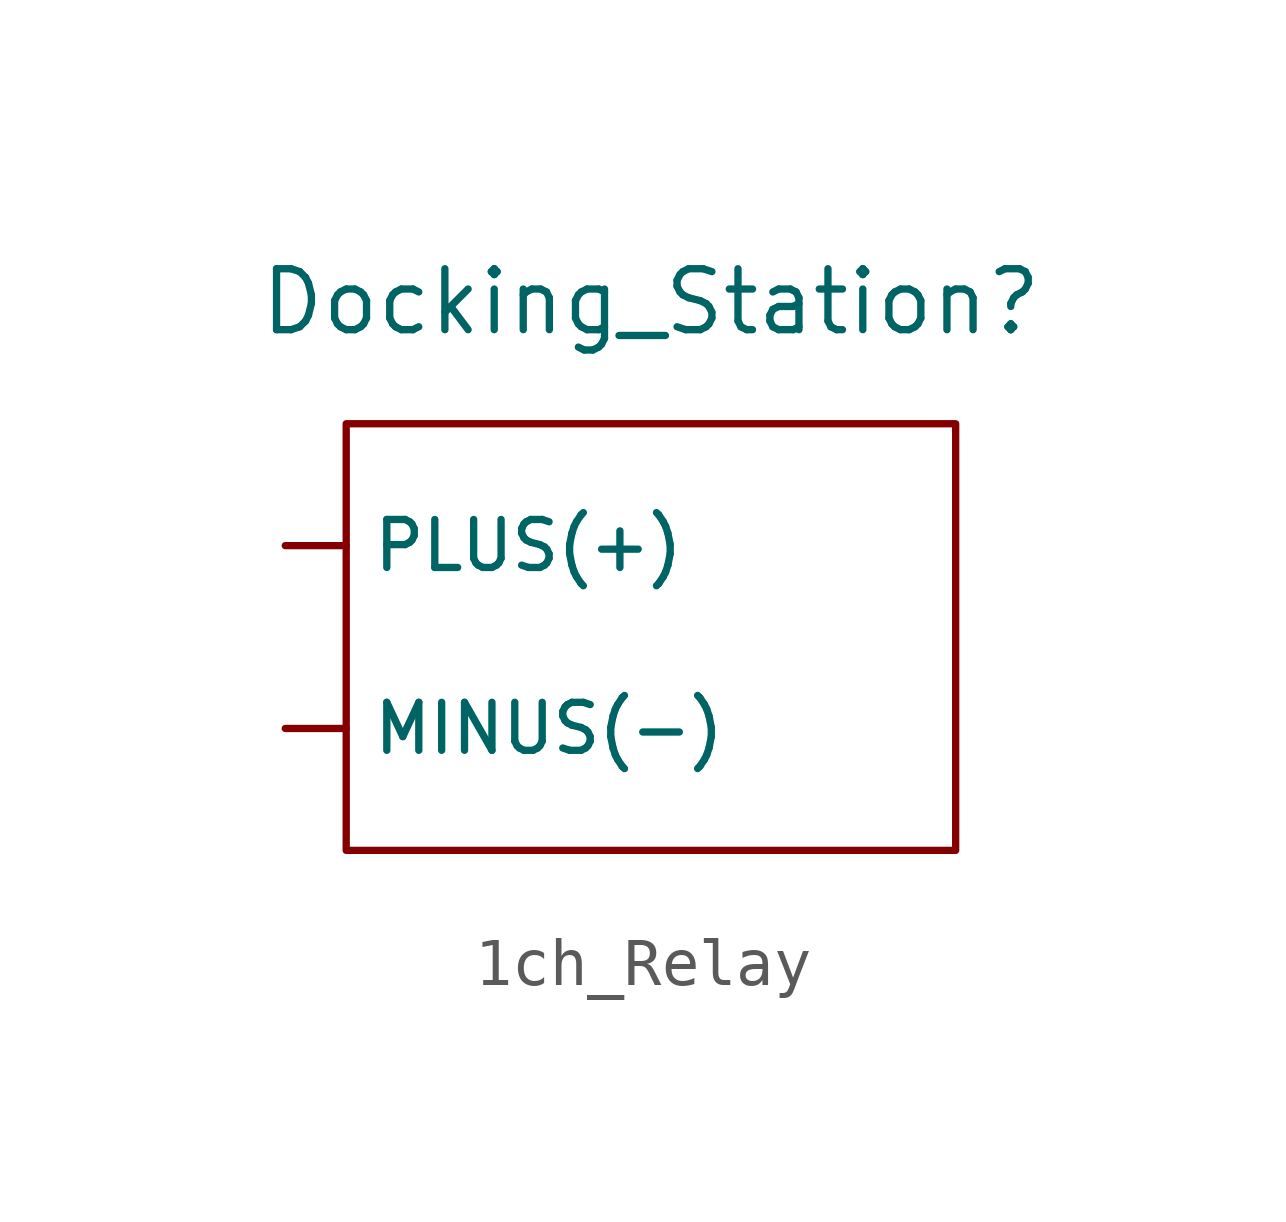
<source format=kicad_sym>
(kicad_symbol_lib
  (version 20220914)
  (generator kicad_symbol_editor)
  (symbol "1ch_Relay"
    (property "Reference" "Docking_Station"
      (at 6.35 11.43 0)
      (effects (font (size 1.27 1.27))))
    (property "Value" ""
      (at 0 0 0)
      (effects (font (size 1.27 1.27))))
    (symbol "1ch_Relay_0_1"
      (rectangle (start 0 8.89) (end 12.7 0) (stroke (width 0) (type default)) (fill (type none))))
    (symbol "1ch_Relay_1_1"
      (pin input line (at -1.27 2.54 0) (length 1.27) (name "MINUS(-)" (effects (font (size 1 1)))) (number "" (effects (font (size 1.27 1.27)))))
      (pin input line (at -1.27 6.35 0) (length 1.27) (name "PLUS(+)" (effects (font (size 1 1)))) (number "" (effects (font (size 1.27 1.27))))))))
</source>
